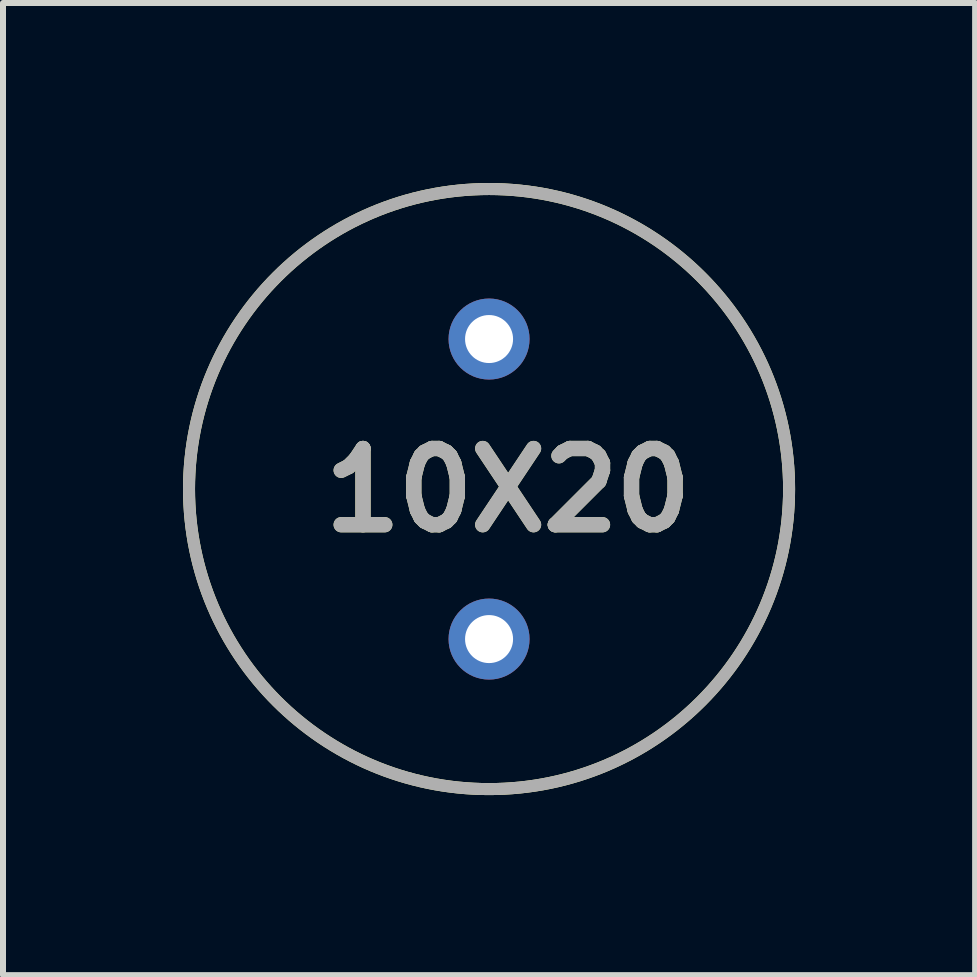
<source format=kicad_pcb>
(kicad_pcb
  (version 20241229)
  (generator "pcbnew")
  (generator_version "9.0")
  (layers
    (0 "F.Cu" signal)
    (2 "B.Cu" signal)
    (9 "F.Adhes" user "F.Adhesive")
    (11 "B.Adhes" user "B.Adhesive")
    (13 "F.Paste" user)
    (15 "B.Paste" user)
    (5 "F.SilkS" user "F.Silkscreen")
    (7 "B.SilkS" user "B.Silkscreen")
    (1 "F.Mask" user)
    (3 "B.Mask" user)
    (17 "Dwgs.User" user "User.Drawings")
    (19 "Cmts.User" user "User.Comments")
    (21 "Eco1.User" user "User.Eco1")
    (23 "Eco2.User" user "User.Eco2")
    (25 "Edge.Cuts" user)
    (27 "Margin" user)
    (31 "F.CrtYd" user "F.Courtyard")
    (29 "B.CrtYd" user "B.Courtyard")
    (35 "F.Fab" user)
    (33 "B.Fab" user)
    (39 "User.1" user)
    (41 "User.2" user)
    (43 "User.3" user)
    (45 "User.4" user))
  (footprint "10X20"
    (layer "F.Cu")
    (at 5.1 5.1)
    (property "Reference" "10X20" (at 0.318 0.02 0) (layer "F.SilkS") (effects (font (size 1.27 1.27) (thickness 0.254))))
    (attr through_hole)
    (fp_circle (center 0 0) (end 0 5) (stroke (width 0.2) (type solid)) (fill no) (layer "F.SilkS"))
    (fp_circle (center 0 0) (end 0 5) (stroke (width 0.2) (type solid)) (fill no) (layer "F.Fab"))
    (fp_text user "${REFERENCE}" (at 0.318 0.02 0) (layer "F.Fab") (effects (font (size 1.27 1.27) (thickness 0.254))))
    (pad "1" thru_hole circle (at 0 2.5) (size 1.35 1.35) (drill 0.8) (layers "*.Cu" "*.Mask"))
    (pad "2" thru_hole circle (at 0 -2.5) (size 1.35 1.35) (drill 0.8) (layers "*.Cu" "*.Mask")))
  (gr_rect
    (start -3 -3)
    (end 13.2 13.2)
    (stroke (width 0.1) (type default))
    (fill no)
    (layer "Edge.Cuts")))
</source>
